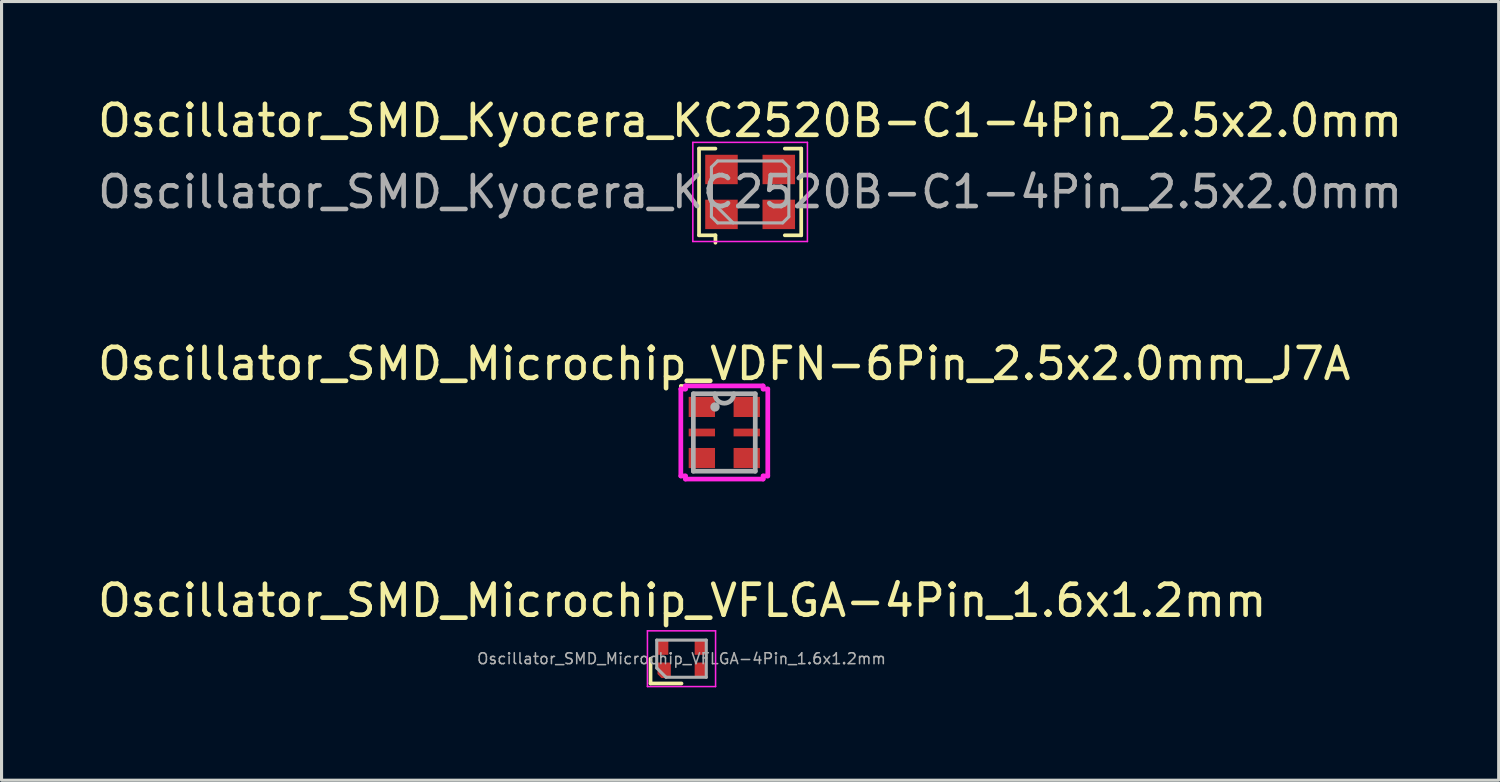
<source format=kicad_pcb>
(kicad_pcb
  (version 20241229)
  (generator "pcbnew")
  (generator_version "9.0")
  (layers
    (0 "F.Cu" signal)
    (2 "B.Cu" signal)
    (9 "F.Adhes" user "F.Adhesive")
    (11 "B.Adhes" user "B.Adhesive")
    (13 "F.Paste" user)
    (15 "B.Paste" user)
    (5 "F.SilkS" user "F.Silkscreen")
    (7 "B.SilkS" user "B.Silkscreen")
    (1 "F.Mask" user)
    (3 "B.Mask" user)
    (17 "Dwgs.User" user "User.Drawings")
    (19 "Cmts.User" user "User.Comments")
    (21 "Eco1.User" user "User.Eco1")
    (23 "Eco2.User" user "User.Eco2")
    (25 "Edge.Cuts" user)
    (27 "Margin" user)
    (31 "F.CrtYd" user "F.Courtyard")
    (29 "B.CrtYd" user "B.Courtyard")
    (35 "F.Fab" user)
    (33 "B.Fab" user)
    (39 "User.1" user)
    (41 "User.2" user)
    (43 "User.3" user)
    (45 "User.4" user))
  (footprint "Oscillator_SMD_Microchip_VDFN-6Pin_2.5x2.0mm_J7A"
    (layer "F.Cu")
    (at 20.339 10.916)
    (property "Reference" "Oscillator_SMD_Microchip_VDFN-6Pin_2.5x2.0mm_J7A" (at 0 -2.22 0) (layer "F.SilkS") (effects (font (size 1 1) (thickness 0.15))))
    (attr smd)
    (fp_line (start -1.4 -1.5) (end -1.4 0) (stroke (width 0.12) (type solid)) (layer "F.SilkS"))
    (fp_line (start -1.4 -1.5) (end 0 -1.5) (stroke (width 0.12) (type solid)) (layer "F.SilkS"))
    (fp_line (start -1.404 -1.404) (end -1.254 -1.404) (stroke (width 0.152) (type solid)) (layer "F.CrtYd"))
    (fp_line (start -1.404 1.404) (end -1.404 -1.404) (stroke (width 0.152) (type solid)) (layer "F.CrtYd"))
    (fp_line (start -1.254 -1.504) (end 1.254 -1.504) (stroke (width 0.152) (type solid)) (layer "F.CrtYd"))
    (fp_line (start -1.254 -1.404) (end -1.254 -1.504) (stroke (width 0.152) (type solid)) (layer "F.CrtYd"))
    (fp_line (start -1.254 1.404) (end -1.404 1.404) (stroke (width 0.152) (type solid)) (layer "F.CrtYd"))
    (fp_line (start -1.254 1.504) (end -1.254 1.404) (stroke (width 0.152) (type solid)) (layer "F.CrtYd"))
    (fp_line (start 1.254 -1.504) (end 1.254 -1.404) (stroke (width 0.152) (type solid)) (layer "F.CrtYd"))
    (fp_line (start 1.254 -1.404) (end 1.404 -1.404) (stroke (width 0.152) (type solid)) (layer "F.CrtYd"))
    (fp_line (start 1.254 1.404) (end 1.254 1.504) (stroke (width 0.152) (type solid)) (layer "F.CrtYd"))
    (fp_line (start 1.254 1.504) (end -1.254 1.504) (stroke (width 0.152) (type solid)) (layer "F.CrtYd"))
    (fp_line (start 1.404 -1.404) (end 1.404 1.404) (stroke (width 0.152) (type solid)) (layer "F.CrtYd"))
    (fp_line (start 1.404 1.404) (end 1.254 1.404) (stroke (width 0.152) (type solid)) (layer "F.CrtYd"))
    (fp_line (start -1 -1.25) (end -1 1.25) (stroke (width 0.152) (type solid)) (layer "F.Fab"))
    (fp_line (start -1 1.25) (end 1 1.25) (stroke (width 0.152) (type solid)) (layer "F.Fab"))
    (fp_line (start 1 -1.25) (end -1 -1.25) (stroke (width 0.152) (type solid)) (layer "F.Fab"))
    (fp_line (start 1 1.25) (end 1 -1.25) (stroke (width 0.152) (type solid)) (layer "F.Fab"))
    (fp_arc (start 0.3048 -1.25) (mid 0 -0.9452) (end -0.3048 -1.25) (stroke (width 0.1524) (type solid)) (layer "F.Fab"))
    (fp_circle (center -0.3 -0.825) (end -0.3 -0.825) (stroke (width 0.152) (type solid)) (fill no) (layer "F.Fab"))
    (pad "1" smd rect (at -0.725 -0.825) (size 0.85 0.65) (layers "F.Cu" "F.Mask" "F.Paste"))
    (pad "2" smd rect (at -0.725 0) (size 0.85 0.25) (layers "F.Cu" "F.Mask" "F.Paste"))
    (pad "3" smd rect (at -0.725 0.825) (size 0.85 0.65) (layers "F.Cu" "F.Mask" "F.Paste"))
    (pad "4" smd rect (at 0.725 0.825) (size 0.85 0.65) (layers "F.Cu" "F.Mask" "F.Paste"))
    (pad "5" smd rect (at 0.725 0) (size 0.85 0.25) (layers "F.Cu" "F.Mask" "F.Paste"))
    (pad "6" smd rect (at 0.725 -0.825) (size 0.85 0.65) (layers "F.Cu" "F.Mask" "F.Paste")))
  (footprint "Oscillator_SMD_Microchip_VFLGA-4Pin_1.6x1.2mm"
    (layer "F.Cu")
    (at 18.957 18.22)
    (property "Reference" "Oscillator_SMD_Microchip_VFLGA-4Pin_1.6x1.2mm" (at 0.025 -1.875 0) (layer "F.SilkS") (effects (font (size 1 1) (thickness 0.15))))
    (attr smd)
    (fp_line (start -1 0) (end -1 0.8) (stroke (width 0.12) (type solid)) (layer "F.SilkS"))
    (fp_line (start -1 0.8) (end 0 0.8) (stroke (width 0.12) (type solid)) (layer "F.SilkS"))
    (fp_line (start -1.1 -0.9) (end -1.1 0.9) (stroke (width 0.05) (type solid)) (layer "F.CrtYd"))
    (fp_line (start -1.1 0.9) (end 1.1 0.9) (stroke (width 0.05) (type solid)) (layer "F.CrtYd"))
    (fp_line (start 1.1 -0.9) (end -1.1 -0.9) (stroke (width 0.05) (type solid)) (layer "F.CrtYd"))
    (fp_line (start 1.1 0.9) (end 1.1 -0.9) (stroke (width 0.05) (type solid)) (layer "F.CrtYd"))
    (fp_line (start -0.8 -0.6) (end 0.8 -0.6) (stroke (width 0.1) (type solid)) (layer "F.Fab"))
    (fp_line (start -0.8 0.3) (end -0.8 -0.6) (stroke (width 0.1) (type solid)) (layer "F.Fab"))
    (fp_line (start -0.8 0.3) (end -0.5 0.6) (stroke (width 0.1) (type solid)) (layer "F.Fab"))
    (fp_line (start 0.8 -0.6) (end 0.8 0.6) (stroke (width 0.1) (type solid)) (layer "F.Fab"))
    (fp_line (start 0.8 0.6) (end -0.5 0.6) (stroke (width 0.1) (type solid)) (layer "F.Fab"))
    (fp_text user "${REFERENCE}" (at 0 0 0) (layer "F.Fab") (effects (font (size 0.35 0.35) (thickness 0.05))))
    (pad "1" smd roundrect (at -0.56 0.375 90) (size 0.5 0.43) (layers "F.Cu" "F.Mask" "F.Paste") (roundrect_rratio 0) (chamfer_ratio 0.3) (chamfer top_left))
    (pad "2" smd rect (at 0.6 0.375 90) (size 0.5 0.35) (layers "F.Cu" "F.Mask" "F.Paste"))
    (pad "3" smd rect (at 0.6 -0.375 90) (size 0.5 0.35) (layers "F.Cu" "F.Mask" "F.Paste"))
    (pad "4" smd rect (at -0.6 -0.375 90) (size 0.5 0.35) (layers "F.Cu" "F.Mask" "F.Paste")))
  (footprint "Oscillator_SMD_Kyocera_KC2520B-C1-4Pin_2.5x2.0mm"
    (layer "F.Cu")
    (at 21.173 3.148)
    (property "Reference" "Oscillator_SMD_Kyocera_KC2520B-C1-4Pin_2.5x2.0mm" (at 0 -2.3 0) (layer "F.SilkS") (effects (font (size 1 1) (thickness 0.15))))
    (attr smd)
    (fp_line (start -1.65 -1.4) (end -1.12 -1.4) (stroke (width 0.12) (type solid)) (layer "F.SilkS"))
    (fp_line (start -1.65 1.4) (end -1.65 -1.4) (stroke (width 0.12) (type solid)) (layer "F.SilkS"))
    (fp_line (start -1.12 1.4) (end -1.65 1.4) (stroke (width 0.12) (type solid)) (layer "F.SilkS"))
    (fp_line (start -1.12 1.64) (end -1.12 1.4) (stroke (width 0.12) (type solid)) (layer "F.SilkS"))
    (fp_line (start 1.12 -1.4) (end 1.65 -1.4) (stroke (width 0.12) (type solid)) (layer "F.SilkS"))
    (fp_line (start 1.65 -1.4) (end 1.65 1.4) (stroke (width 0.12) (type solid)) (layer "F.SilkS"))
    (fp_line (start 1.65 1.4) (end 1.12 1.4) (stroke (width 0.12) (type solid)) (layer "F.SilkS"))
    (fp_line (start -1.85 -1.6) (end -1.85 1.6) (stroke (width 0.05) (type solid)) (layer "F.CrtYd"))
    (fp_line (start -1.85 1.6) (end 1.85 1.6) (stroke (width 0.05) (type solid)) (layer "F.CrtYd"))
    (fp_line (start 1.85 -1.6) (end -1.85 -1.6) (stroke (width 0.05) (type solid)) (layer "F.CrtYd"))
    (fp_line (start 1.85 1.6) (end 1.85 -1.6) (stroke (width 0.05) (type solid)) (layer "F.CrtYd"))
    (fp_line (start -1.25 -0.8) (end -1.05 -1) (stroke (width 0.1) (type solid)) (layer "F.Fab"))
    (fp_line (start -1.25 0.3) (end -0.55 1) (stroke (width 0.1) (type solid)) (layer "F.Fab"))
    (fp_line (start -1.25 0.8) (end -1.25 -0.8) (stroke (width 0.1) (type solid)) (layer "F.Fab"))
    (fp_line (start -1.05 -1) (end 1.05 -1) (stroke (width 0.1) (type solid)) (layer "F.Fab"))
    (fp_line (start -1.05 1) (end -1.25 0.8) (stroke (width 0.1) (type solid)) (layer "F.Fab"))
    (fp_line (start 1.05 -1) (end 1.25 -0.8) (stroke (width 0.1) (type solid)) (layer "F.Fab"))
    (fp_line (start 1.05 1) (end -1.05 1) (stroke (width 0.1) (type solid)) (layer "F.Fab"))
    (fp_line (start 1.25 -0.8) (end 1.25 0.8) (stroke (width 0.1) (type solid)) (layer "F.Fab"))
    (fp_line (start 1.25 0.8) (end 1.05 1) (stroke (width 0.1) (type solid)) (layer "F.Fab"))
    (fp_text user "${REFERENCE}" (at 0 0 0) (layer "F.Fab") (effects (font (size 1 1) (thickness 0.15))))
    (pad "1" smd rect (at -0.925 0.725) (size 1.05 0.95) (layers "F.Cu" "F.Mask" "F.Paste"))
    (pad "2" smd rect (at 0.925 0.725) (size 1.05 0.95) (layers "F.Cu" "F.Mask" "F.Paste"))
    (pad "3" smd rect (at 0.925 -0.725) (size 1.05 0.95) (layers "F.Cu" "F.Mask" "F.Paste"))
    (pad "4" smd rect (at -0.925 -0.725) (size 1.05 0.95) (layers "F.Cu" "F.Mask" "F.Paste")))
  (gr_rect
    (start -3 -3)
    (end 45.345 22.145)
    (stroke (width 0.1) (type default))
    (fill no)
    (layer "Edge.Cuts")))
</source>
